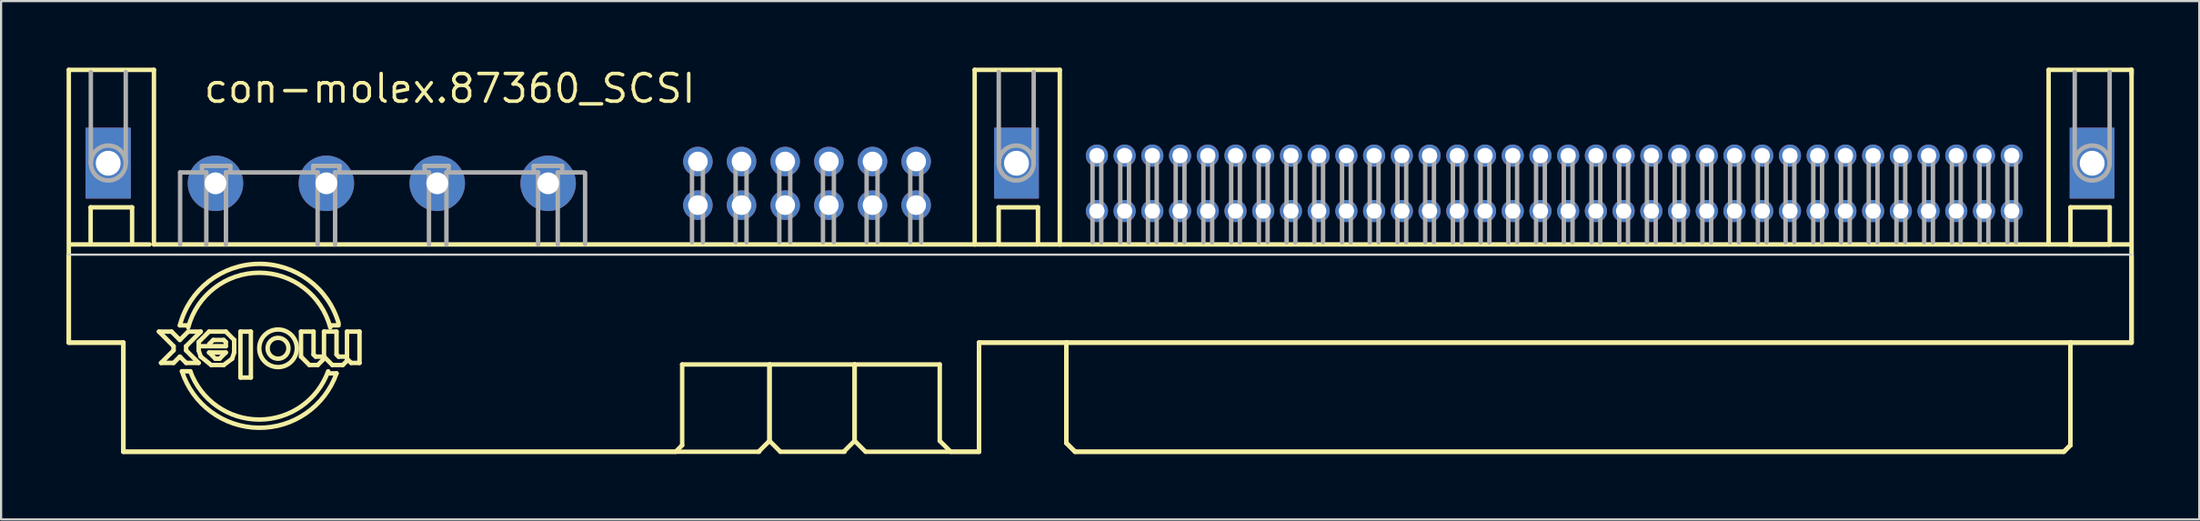
<source format=kicad_pcb>
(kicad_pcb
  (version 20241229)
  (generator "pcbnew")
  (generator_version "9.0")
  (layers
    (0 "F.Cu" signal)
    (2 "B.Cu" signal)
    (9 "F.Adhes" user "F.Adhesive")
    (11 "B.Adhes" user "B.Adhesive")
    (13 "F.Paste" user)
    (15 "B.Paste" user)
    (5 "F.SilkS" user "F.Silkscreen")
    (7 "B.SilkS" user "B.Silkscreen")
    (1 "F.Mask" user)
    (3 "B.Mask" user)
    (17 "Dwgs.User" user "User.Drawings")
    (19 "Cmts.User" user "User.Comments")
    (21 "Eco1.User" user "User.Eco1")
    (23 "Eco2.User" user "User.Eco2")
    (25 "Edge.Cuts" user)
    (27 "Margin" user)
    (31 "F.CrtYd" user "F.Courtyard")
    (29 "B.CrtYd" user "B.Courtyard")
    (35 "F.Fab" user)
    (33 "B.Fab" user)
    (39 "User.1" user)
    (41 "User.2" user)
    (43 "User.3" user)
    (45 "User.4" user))
  (footprint "con-molex.87360_SCSI"
    (layer "F.Cu")
    (at 47.202 5.35)
    (property "Reference" "con-molex.87360_SCSI" (at -41 -3.6 0) (layer "F.SilkS") (effects (font (size 1.27 1.27) (thickness 0.16)) (justify left bottom)))
    (attr through_hole)
    (fp_rect (start -46.31 0.675) (end -44.285 -2.525) (stroke (width 0.05) (type default)) (fill yes) (layer "F.Cu"))
    (fp_rect (start -4.685 0.675) (end -2.685 -2.525) (stroke (width 0.05) (type default)) (fill yes) (layer "F.Cu"))
    (fp_rect (start 44.59 0.675) (end 46.59 -2.525) (stroke (width 0.05) (type default)) (fill yes) (layer "F.Cu"))
    (fp_rect (start -46.31 0.675) (end -44.285 -2.525) (stroke (width 0.05) (type default)) (fill yes) (layer "B.Cu"))
    (fp_rect (start -4.685 0.675) (end -2.685 -2.525) (stroke (width 0.05) (type default)) (fill yes) (layer "B.Cu"))
    (fp_rect (start 44.59 0.675) (end 46.59 -2.525) (stroke (width 0.05) (type default)) (fill yes) (layer "B.Cu"))
    (fp_line (start -47.1 -5.2) (end -43.2 -5.2) (stroke (width 0.203) (type default)) (layer "F.SilkS"))
    (fp_line (start -47.1 7.3) (end -47.1 -5.2) (stroke (width 0.203) (type default)) (layer "F.SilkS"))
    (fp_line (start -47.1 7.3) (end -47.1 3.317) (stroke (width 0.203) (type default)) (layer "F.SilkS"))
    (fp_line (start -47 2.8) (end -43.4 2.8) (stroke (width 0.203) (type default)) (layer "F.SilkS"))
    (fp_line (start -46.1 1.1) (end -44.2 1.1) (stroke (width 0.203) (type default)) (layer "F.SilkS"))
    (fp_line (start -46.1 2.7) (end -46.1 1.1) (stroke (width 0.203) (type default)) (layer "F.SilkS"))
    (fp_line (start -44.6 7.3) (end -47.1 7.3) (stroke (width 0.203) (type default)) (layer "F.SilkS"))
    (fp_line (start -44.6 7.3) (end -47.1 7.3) (stroke (width 0.203) (type default)) (layer "F.SilkS"))
    (fp_line (start -44.6 12.3) (end -44.6 7.3) (stroke (width 0.203) (type default)) (layer "F.SilkS"))
    (fp_line (start -44.6 12.3) (end -44.6 7.3) (stroke (width 0.203) (type default)) (layer "F.SilkS"))
    (fp_line (start -44.2 1.1) (end -44.2 2.7) (stroke (width 0.203) (type default)) (layer "F.SilkS"))
    (fp_line (start -43.2 -5.2) (end -43.2 2.8) (stroke (width 0.203) (type default)) (layer "F.SilkS"))
    (fp_line (start -42.969 6.795) (end -42.395 6.795) (stroke (width 0.203) (type default)) (layer "F.SilkS"))
    (fp_line (start -42.874 8.23) (end -42.299 7.656) (stroke (width 0.203) (type default)) (layer "F.SilkS"))
    (fp_line (start -42.395 6.795) (end -42.012 7.178) (stroke (width 0.203) (type default)) (layer "F.SilkS"))
    (fp_line (start -42.299 7.465) (end -42.969 6.795) (stroke (width 0.203) (type default)) (layer "F.SilkS"))
    (fp_line (start -42.299 7.656) (end -42.299 7.465) (stroke (width 0.203) (type default)) (layer "F.SilkS"))
    (fp_line (start -42.299 8.23) (end -42.874 8.23) (stroke (width 0.203) (type default)) (layer "F.SilkS"))
    (fp_line (start -42.012 7.178) (end -41.63 6.795) (stroke (width 0.203) (type default)) (layer "F.SilkS"))
    (fp_line (start -42.012 7.943) (end -42.299 8.23) (stroke (width 0.203) (type default)) (layer "F.SilkS"))
    (fp_line (start -41.725 7.465) (end -41.725 7.656) (stroke (width 0.203) (type default)) (layer "F.SilkS"))
    (fp_line (start -41.725 7.656) (end -41.151 8.23) (stroke (width 0.203) (type default)) (layer "F.SilkS"))
    (fp_line (start -41.725 8.23) (end -42.012 7.943) (stroke (width 0.203) (type default)) (layer "F.SilkS"))
    (fp_line (start -41.63 6.508) (end -42.012 6.508) (stroke (width 0.203) (type default)) (layer "F.SilkS"))
    (fp_line (start -41.63 6.795) (end -41.055 6.795) (stroke (width 0.203) (type default)) (layer "F.SilkS"))
    (fp_line (start -41.534 8.613) (end -41.917 8.613) (stroke (width 0.203) (type default)) (layer "F.SilkS"))
    (fp_line (start -41.151 7.273) (end -41.151 7.656) (stroke (width 0.203) (type default)) (layer "F.SilkS"))
    (fp_line (start -41.151 7.656) (end -41.055 7.943) (stroke (width 0.203) (type default)) (layer "F.SilkS"))
    (fp_line (start -41.151 8.23) (end -41.725 8.23) (stroke (width 0.203) (type default)) (layer "F.SilkS"))
    (fp_line (start -41.055 6.795) (end -41.725 7.465) (stroke (width 0.203) (type default)) (layer "F.SilkS"))
    (fp_line (start -41.055 7.943) (end -40.577 8.326) (stroke (width 0.203) (type default)) (layer "F.SilkS"))
    (fp_line (start -40.673 6.795) (end -41.151 7.273) (stroke (width 0.203) (type default)) (layer "F.SilkS"))
    (fp_line (start -40.673 7.752) (end -40.385 8.039) (stroke (width 0.203) (type default)) (layer "F.SilkS"))
    (fp_line (start -40.577 8.326) (end -40.003 8.326) (stroke (width 0.203) (type default)) (layer "F.SilkS"))
    (fp_line (start -40.481 7.178) (end -40.673 7.369) (stroke (width 0.203) (type default)) (layer "F.SilkS"))
    (fp_line (start -40.385 8.039) (end -40.194 8.039) (stroke (width 0.203) (type default)) (layer "F.SilkS"))
    (fp_line (start -40.194 8.039) (end -39.907 7.752) (stroke (width 0.203) (type default)) (layer "F.SilkS"))
    (fp_line (start -40.003 7.178) (end -40.481 7.178) (stroke (width 0.203) (type default)) (layer "F.SilkS"))
    (fp_line (start -40.003 8.326) (end -39.62 8.039) (stroke (width 0.203) (type default)) (layer "F.SilkS"))
    (fp_line (start -39.907 6.795) (end -40.673 6.795) (stroke (width 0.203) (type default)) (layer "F.SilkS"))
    (fp_line (start -39.907 7.273) (end -40.003 7.178) (stroke (width 0.203) (type default)) (layer "F.SilkS"))
    (fp_line (start -39.907 7.465) (end -41.055 7.465) (stroke (width 0.203) (type default)) (layer "F.SilkS"))
    (fp_line (start -39.907 7.465) (end -39.907 7.273) (stroke (width 0.203) (type default)) (layer "F.SilkS"))
    (fp_line (start -39.907 7.752) (end -40.673 7.752) (stroke (width 0.203) (type default)) (layer "F.SilkS"))
    (fp_line (start -39.62 8.039) (end -39.524 7.752) (stroke (width 0.203) (type default)) (layer "F.SilkS"))
    (fp_line (start -39.524 7.178) (end -39.907 6.795) (stroke (width 0.203) (type default)) (layer "F.SilkS"))
    (fp_line (start -39.524 7.752) (end -39.524 7.178) (stroke (width 0.203) (type default)) (layer "F.SilkS"))
    (fp_line (start -39.237 6.795) (end -39.237 8.9) (stroke (width 0.203) (type default)) (layer "F.SilkS"))
    (fp_line (start -39.237 8.9) (end -38.759 8.9) (stroke (width 0.203) (type default)) (layer "F.SilkS"))
    (fp_line (start -38.759 6.795) (end -39.237 6.795) (stroke (width 0.203) (type default)) (layer "F.SilkS"))
    (fp_line (start -38.759 8.9) (end -38.759 6.795) (stroke (width 0.203) (type default)) (layer "F.SilkS"))
    (fp_line (start -36.462 6.795) (end -36.462 7.943) (stroke (width 0.203) (type default)) (layer "F.SilkS"))
    (fp_line (start -36.462 7.943) (end -36.079 8.326) (stroke (width 0.203) (type default)) (layer "F.SilkS"))
    (fp_line (start -36.079 8.326) (end -35.696 8.326) (stroke (width 0.203) (type default)) (layer "F.SilkS"))
    (fp_line (start -35.888 6.795) (end -36.462 6.795) (stroke (width 0.203) (type default)) (layer "F.SilkS"))
    (fp_line (start -35.888 7.847) (end -35.888 6.795) (stroke (width 0.203) (type default)) (layer "F.SilkS"))
    (fp_line (start -35.792 7.943) (end -35.888 7.847) (stroke (width 0.203) (type default)) (layer "F.SilkS"))
    (fp_line (start -35.696 8.326) (end -35.409 8.039) (stroke (width 0.203) (type default)) (layer "F.SilkS"))
    (fp_line (start -35.505 7.943) (end -35.792 7.943) (stroke (width 0.203) (type default)) (layer "F.SilkS"))
    (fp_line (start -35.409 6.795) (end -35.409 7.943) (stroke (width 0.203) (type default)) (layer "F.SilkS"))
    (fp_line (start -35.409 7.943) (end -35.026 8.326) (stroke (width 0.203) (type default)) (layer "F.SilkS"))
    (fp_line (start -35.218 8.709) (end -34.835 8.709) (stroke (width 0.203) (type default)) (layer "F.SilkS"))
    (fp_line (start -35.122 6.508) (end -34.739 6.508) (stroke (width 0.203) (type default)) (layer "F.SilkS"))
    (fp_line (start -35.026 8.326) (end -34.548 8.326) (stroke (width 0.203) (type default)) (layer "F.SilkS"))
    (fp_line (start -34.835 6.795) (end -35.409 6.795) (stroke (width 0.203) (type default)) (layer "F.SilkS"))
    (fp_line (start -34.835 7.847) (end -34.835 6.795) (stroke (width 0.203) (type default)) (layer "F.SilkS"))
    (fp_line (start -34.739 7.943) (end -34.835 7.847) (stroke (width 0.203) (type default)) (layer "F.SilkS"))
    (fp_line (start -34.548 8.326) (end -34.356 8.135) (stroke (width 0.203) (type default)) (layer "F.SilkS"))
    (fp_line (start -34.452 7.943) (end -34.739 7.943) (stroke (width 0.203) (type default)) (layer "F.SilkS"))
    (fp_line (start -34.356 6.795) (end -34.356 8.039) (stroke (width 0.203) (type default)) (layer "F.SilkS"))
    (fp_line (start -34.356 8.039) (end -34.165 8.23) (stroke (width 0.203) (type default)) (layer "F.SilkS"))
    (fp_line (start -34.165 8.23) (end -33.782 8.23) (stroke (width 0.203) (type default)) (layer "F.SilkS"))
    (fp_line (start -33.782 6.795) (end -34.356 6.795) (stroke (width 0.203) (type default)) (layer "F.SilkS"))
    (fp_line (start -33.782 8.23) (end -33.782 6.795) (stroke (width 0.203) (type default)) (layer "F.SilkS"))
    (fp_line (start -19.3 12.3) (end -44.6 12.3) (stroke (width 0.203) (type default)) (layer "F.SilkS"))
    (fp_line (start -19 8.3) (end -19 12) (stroke (width 0.203) (type default)) (layer "F.SilkS"))
    (fp_line (start -19 12) (end -19.3 12.3) (stroke (width 0.203) (type default)) (layer "F.SilkS"))
    (fp_line (start -15.5 12.3) (end -44.6 12.3) (stroke (width 0.203) (type default)) (layer "F.SilkS"))
    (fp_line (start -15.5 12.3) (end -15.472 12.3) (stroke (width 0.203) (type default)) (layer "F.SilkS"))
    (fp_line (start -15 8.3) (end -19 8.3) (stroke (width 0.203) (type default)) (layer "F.SilkS"))
    (fp_line (start -15 11.8) (end -15.5 12.3) (stroke (width 0.203) (type default)) (layer "F.SilkS"))
    (fp_line (start -15 11.8) (end -15 8.3) (stroke (width 0.203) (type default)) (layer "F.SilkS"))
    (fp_line (start -15 11.8) (end -15 8.3) (stroke (width 0.203) (type default)) (layer "F.SilkS"))
    (fp_line (start -14.5 12.3) (end -15 11.8) (stroke (width 0.203) (type default)) (layer "F.SilkS"))
    (fp_line (start -11.557 12.3) (end -14.5 12.3) (stroke (width 0.203) (type default)) (layer "F.SilkS"))
    (fp_line (start -11.172 8.3) (end -14.951 8.3) (stroke (width 0.203) (type default)) (layer "F.SilkS"))
    (fp_line (start -11.1 8.3) (end -11.1 11.8) (stroke (width 0.203) (type default)) (layer "F.SilkS"))
    (fp_line (start -11.1 8.3) (end -11.1 11.8) (stroke (width 0.203) (type default)) (layer "F.SilkS"))
    (fp_line (start -11.1 11.8) (end -11.6 12.3) (stroke (width 0.203) (type default)) (layer "F.SilkS"))
    (fp_line (start -11.1 11.8) (end -10.6 12.3) (stroke (width 0.203) (type default)) (layer "F.SilkS"))
    (fp_line (start -10.588 12.3) (end -5.4 12.3) (stroke (width 0.203) (type default)) (layer "F.SilkS"))
    (fp_line (start -7.2 8.3) (end -11.1 8.3) (stroke (width 0.203) (type default)) (layer "F.SilkS"))
    (fp_line (start -7.2 11.8) (end -7.2 8.3) (stroke (width 0.203) (type default)) (layer "F.SilkS"))
    (fp_line (start -6.7 12.3) (end -7.2 11.8) (stroke (width 0.203) (type default)) (layer "F.SilkS"))
    (fp_line (start -5.6 -5.2) (end -1.7 -5.2) (stroke (width 0.203) (type default)) (layer "F.SilkS"))
    (fp_line (start -5.6 2.8) (end -43.2 2.8) (stroke (width 0.203) (type default)) (layer "F.SilkS"))
    (fp_line (start -5.6 2.8) (end -5.6 -5.2) (stroke (width 0.203) (type default)) (layer "F.SilkS"))
    (fp_line (start -5.4 7.3) (end -5.4 12.3) (stroke (width 0.203) (type default)) (layer "F.SilkS"))
    (fp_line (start -5.4 7.3) (end -5.4 12.3) (stroke (width 0.203) (type default)) (layer "F.SilkS"))
    (fp_line (start -5.4 12.3) (end -6.7 12.3) (stroke (width 0.203) (type default)) (layer "F.SilkS"))
    (fp_line (start -4.6 2.8) (end -5.6 2.8) (stroke (width 0.203) (type default)) (layer "F.SilkS"))
    (fp_line (start -4.5 1.1) (end -2.7 1.1) (stroke (width 0.203) (type default)) (layer "F.SilkS"))
    (fp_line (start -4.5 2.8) (end -4.5 1.1) (stroke (width 0.203) (type default)) (layer "F.SilkS"))
    (fp_line (start -2.7 1.1) (end -2.7 2.8) (stroke (width 0.203) (type default)) (layer "F.SilkS"))
    (fp_line (start -2.7 2.8) (end -4.5 2.8) (stroke (width 0.203) (type default)) (layer "F.SilkS"))
    (fp_line (start -1.7 -5.2) (end -1.7 2.8) (stroke (width 0.203) (type default)) (layer "F.SilkS"))
    (fp_line (start -1.7 2.8) (end -2.6 2.8) (stroke (width 0.203) (type default)) (layer "F.SilkS"))
    (fp_line (start -1.4 7.3) (end -5.4 7.3) (stroke (width 0.203) (type default)) (layer "F.SilkS"))
    (fp_line (start -1.4 7.3) (end -5.4 7.3) (stroke (width 0.203) (type default)) (layer "F.SilkS"))
    (fp_line (start -1.4 7.3) (end -1.4 11.9) (stroke (width 0.203) (type default)) (layer "F.SilkS"))
    (fp_line (start -1.4 7.3) (end -1.4 11.9) (stroke (width 0.203) (type default)) (layer "F.SilkS"))
    (fp_line (start -1.4 11.9) (end -1 12.3) (stroke (width 0.203) (type default)) (layer "F.SilkS"))
    (fp_line (start -1.4 11.9) (end -1 12.3) (stroke (width 0.203) (type default)) (layer "F.SilkS"))
    (fp_line (start -1 12.3) (end 44.3 12.3) (stroke (width 0.203) (type default)) (layer "F.SilkS"))
    (fp_line (start -1 12.3) (end 44.3 12.3) (stroke (width 0.203) (type default)) (layer "F.SilkS"))
    (fp_line (start 43.6 -5.2) (end 43.6 2.8) (stroke (width 0.203) (type default)) (layer "F.SilkS"))
    (fp_line (start 43.6 2.8) (end -1.7 2.8) (stroke (width 0.203) (type default)) (layer "F.SilkS"))
    (fp_line (start 44.6 1.1) (end 46.4 1.1) (stroke (width 0.203) (type default)) (layer "F.SilkS"))
    (fp_line (start 44.6 2.8) (end 44.6 1.1) (stroke (width 0.203) (type default)) (layer "F.SilkS"))
    (fp_line (start 44.6 7.3) (end -1.4 7.3) (stroke (width 0.203) (type default)) (layer "F.SilkS"))
    (fp_line (start 44.6 7.3) (end -1.4 7.3) (stroke (width 0.203) (type default)) (layer "F.SilkS"))
    (fp_line (start 44.6 7.3) (end 44.6 12) (stroke (width 0.203) (type default)) (layer "F.SilkS"))
    (fp_line (start 44.6 7.3) (end 44.6 12) (stroke (width 0.203) (type default)) (layer "F.SilkS"))
    (fp_line (start 44.6 12) (end 44.3 12.3) (stroke (width 0.203) (type default)) (layer "F.SilkS"))
    (fp_line (start 44.6 12) (end 44.3 12.3) (stroke (width 0.203) (type default)) (layer "F.SilkS"))
    (fp_line (start 46.4 1.1) (end 46.4 2.8) (stroke (width 0.203) (type default)) (layer "F.SilkS"))
    (fp_line (start 46.4 2.8) (end 44.6 2.8) (stroke (width 0.203) (type default)) (layer "F.SilkS"))
    (fp_line (start 47.332 2.8) (end 43.662 2.8) (stroke (width 0.203) (type default)) (layer "F.SilkS"))
    (fp_line (start 47.4 -5.2) (end 43.6 -5.2) (stroke (width 0.203) (type default)) (layer "F.SilkS"))
    (fp_line (start 47.4 -5) (end 47.4 -5.2) (stroke (width 0.203) (type default)) (layer "F.SilkS"))
    (fp_line (start 47.4 7.3) (end 44.6 7.3) (stroke (width 0.203) (type default)) (layer "F.SilkS"))
    (fp_line (start 47.4 7.3) (end 44.6 7.3) (stroke (width 0.203) (type default)) (layer "F.SilkS"))
    (fp_line (start 47.4 7.3) (end 47.4 -5.2) (stroke (width 0.203) (type default)) (layer "F.SilkS"))
    (fp_line (start 47.4 7.3) (end 47.4 3.317) (stroke (width 0.203) (type default)) (layer "F.SilkS"))
    (fp_arc (start -42.012 6.508) (mid -38.411821 3.692125) (end -34.7388 6.4123) (stroke (width 0.2032) (type default)) (layer "F.SilkS"))
    (fp_arc (start -41.6295 6.6033) (mid -38.3757 4.098734) (end -35.1219 6.6033) (stroke (width 0.2032) (type default)) (layer "F.SilkS"))
    (fp_arc (start -35.2178 8.613) (mid -38.3759 10.825019) (end -41.534 8.613) (stroke (width 0.2032) (type default)) (layer "F.SilkS"))
    (fp_arc (start -34.8352 8.7087) (mid -38.410441 11.202111) (end -41.917 8.613) (stroke (width 0.2032) (type default)) (layer "F.SilkS"))
    (fp_circle (center -37.514 7.56) (end -37.036 7.56) (stroke (width 0.203) (type default)) (fill no) (layer "F.SilkS"))
    (fp_circle (center -37.514 7.56) (end -36.653 7.56) (stroke (width 0.203) (type default)) (fill no) (layer "F.SilkS"))
    (fp_line (start -47.124 3.27) (end 47.404 3.27) (stroke (width 0.1) (type default)) (layer "Edge.Cuts"))
    (fp_line (start -46.091 -5.1) (end -46.091 -0.93) (stroke (width 0.203) (type default)) (layer "F.Fab"))
    (fp_line (start -44.491 -5.1) (end -44.491 -0.93) (stroke (width 0.203) (type default)) (layer "F.Fab"))
    (fp_line (start -42 -0.5) (end -40.8 -0.5) (stroke (width 0.203) (type default)) (layer "F.Fab"))
    (fp_line (start -42 2.8) (end -42 -0.5) (stroke (width 0.203) (type default)) (layer "F.Fab"))
    (fp_line (start -41 -0.8) (end -39.7 -0.8) (stroke (width 0.203) (type default)) (layer "F.Fab"))
    (fp_line (start -41 -0.6) (end -41 -0.8) (stroke (width 0.203) (type default)) (layer "F.Fab"))
    (fp_line (start -40.8 -0.5) (end -40.8 2.8) (stroke (width 0.203) (type default)) (layer "F.Fab"))
    (fp_line (start -39.9 -0.5) (end -35.7 -0.5) (stroke (width 0.203) (type default)) (layer "F.Fab"))
    (fp_line (start -39.9 2.8) (end -39.9 -0.5) (stroke (width 0.203) (type default)) (layer "F.Fab"))
    (fp_line (start -39.7 -0.8) (end -39.7 -0.6) (stroke (width 0.203) (type default)) (layer "F.Fab"))
    (fp_line (start -35.9 -0.8) (end -34.7 -0.8) (stroke (width 0.203) (type default)) (layer "F.Fab"))
    (fp_line (start -35.9 -0.6) (end -35.9 -0.8) (stroke (width 0.203) (type default)) (layer "F.Fab"))
    (fp_line (start -35.7 -0.5) (end -35.7 2.8) (stroke (width 0.203) (type default)) (layer "F.Fab"))
    (fp_line (start -34.9 -0.5) (end -30.6 -0.5) (stroke (width 0.203) (type default)) (layer "F.Fab"))
    (fp_line (start -34.9 2.8) (end -34.9 -0.5) (stroke (width 0.203) (type default)) (layer "F.Fab"))
    (fp_line (start -34.7 -0.8) (end -34.7 -0.6) (stroke (width 0.203) (type default)) (layer "F.Fab"))
    (fp_line (start -30.8 -0.8) (end -29.7 -0.8) (stroke (width 0.203) (type default)) (layer "F.Fab"))
    (fp_line (start -30.8 -0.6) (end -30.8 -0.8) (stroke (width 0.203) (type default)) (layer "F.Fab"))
    (fp_line (start -30.6 -0.5) (end -30.6 2.8) (stroke (width 0.203) (type default)) (layer "F.Fab"))
    (fp_line (start -29.8 -0.5) (end -25.6 -0.5) (stroke (width 0.203) (type default)) (layer "F.Fab"))
    (fp_line (start -29.8 2.8) (end -29.8 -0.5) (stroke (width 0.203) (type default)) (layer "F.Fab"))
    (fp_line (start -29.7 -0.8) (end -29.7 -0.6) (stroke (width 0.203) (type default)) (layer "F.Fab"))
    (fp_line (start -25.8 -0.8) (end -24.5 -0.8) (stroke (width 0.203) (type default)) (layer "F.Fab"))
    (fp_line (start -25.8 -0.6) (end -25.8 -0.8) (stroke (width 0.203) (type default)) (layer "F.Fab"))
    (fp_line (start -25.6 -0.5) (end -25.6 2.8) (stroke (width 0.203) (type default)) (layer "F.Fab"))
    (fp_line (start -24.7 -0.5) (end -23.5 -0.5) (stroke (width 0.203) (type default)) (layer "F.Fab"))
    (fp_line (start -24.7 2.8) (end -24.7 -0.5) (stroke (width 0.203) (type default)) (layer "F.Fab"))
    (fp_line (start -24.5 -0.8) (end -24.5 -0.6) (stroke (width 0.203) (type default)) (layer "F.Fab"))
    (fp_line (start -23.447 -0.479) (end -23.447 2.775) (stroke (width 0.203) (type default)) (layer "F.Fab"))
    (fp_line (start -18.55 -1.2) (end -18.05 -1.2) (stroke (width 0.203) (type default)) (layer "F.Fab"))
    (fp_line (start -18.55 2.7) (end -18.55 -1.2) (stroke (width 0.203) (type default)) (layer "F.Fab"))
    (fp_line (start -18.05 -1.2) (end -18.05 2.7) (stroke (width 0.203) (type default)) (layer "F.Fab"))
    (fp_line (start -16.55 -1.2) (end -16.05 -1.2) (stroke (width 0.203) (type default)) (layer "F.Fab"))
    (fp_line (start -16.55 2.7) (end -16.55 -1.2) (stroke (width 0.203) (type default)) (layer "F.Fab"))
    (fp_line (start -16.05 -1.2) (end -16.05 2.7) (stroke (width 0.203) (type default)) (layer "F.Fab"))
    (fp_line (start -14.55 -1.2) (end -14.05 -1.2) (stroke (width 0.203) (type default)) (layer "F.Fab"))
    (fp_line (start -14.55 2.7) (end -14.55 -1.2) (stroke (width 0.203) (type default)) (layer "F.Fab"))
    (fp_line (start -14.05 -1.2) (end -14.05 2.7) (stroke (width 0.203) (type default)) (layer "F.Fab"))
    (fp_line (start -12.55 -1.2) (end -12.05 -1.2) (stroke (width 0.203) (type default)) (layer "F.Fab"))
    (fp_line (start -12.55 2.7) (end -12.55 -1.2) (stroke (width 0.203) (type default)) (layer "F.Fab"))
    (fp_line (start -12.05 -1.2) (end -12.05 2.7) (stroke (width 0.203) (type default)) (layer "F.Fab"))
    (fp_line (start -10.55 -1.2) (end -10.05 -1.2) (stroke (width 0.203) (type default)) (layer "F.Fab"))
    (fp_line (start -10.55 2.7) (end -10.55 -1.2) (stroke (width 0.203) (type default)) (layer "F.Fab"))
    (fp_line (start -10.05 -1.2) (end -10.05 2.7) (stroke (width 0.203) (type default)) (layer "F.Fab"))
    (fp_line (start -8.55 -1.2) (end -8.05 -1.2) (stroke (width 0.203) (type default)) (layer "F.Fab"))
    (fp_line (start -8.55 2.7) (end -8.55 -1.2) (stroke (width 0.203) (type default)) (layer "F.Fab"))
    (fp_line (start -8.05 -1.2) (end -8.05 2.7) (stroke (width 0.203) (type default)) (layer "F.Fab"))
    (fp_line (start -4.496 -0.93) (end -4.496 -5.1) (stroke (width 0.203) (type default)) (layer "F.Fab"))
    (fp_line (start -2.896 -0.93) (end -2.896 -5.1) (stroke (width 0.203) (type default)) (layer "F.Fab"))
    (fp_line (start -0.2 -1.438) (end 0.2 -1.438) (stroke (width 0.203) (type default)) (layer "F.Fab"))
    (fp_line (start -0.2 2.7) (end -0.2 -1.438) (stroke (width 0.203) (type default)) (layer "F.Fab"))
    (fp_line (start 0.2 -1.438) (end 0.2 2.7) (stroke (width 0.203) (type default)) (layer "F.Fab"))
    (fp_line (start 1.07 -1.438) (end 1.47 -1.438) (stroke (width 0.203) (type default)) (layer "F.Fab"))
    (fp_line (start 1.07 2.7) (end 1.07 -1.438) (stroke (width 0.203) (type default)) (layer "F.Fab"))
    (fp_line (start 1.47 -1.438) (end 1.47 2.7) (stroke (width 0.203) (type default)) (layer "F.Fab"))
    (fp_line (start 2.34 -1.438) (end 2.74 -1.438) (stroke (width 0.203) (type default)) (layer "F.Fab"))
    (fp_line (start 2.34 2.7) (end 2.34 -1.438) (stroke (width 0.203) (type default)) (layer "F.Fab"))
    (fp_line (start 2.74 -1.438) (end 2.74 2.7) (stroke (width 0.203) (type default)) (layer "F.Fab"))
    (fp_line (start 3.61 -1.438) (end 4.01 -1.438) (stroke (width 0.203) (type default)) (layer "F.Fab"))
    (fp_line (start 3.61 2.7) (end 3.61 -1.438) (stroke (width 0.203) (type default)) (layer "F.Fab"))
    (fp_line (start 4.01 -1.438) (end 4.01 2.7) (stroke (width 0.203) (type default)) (layer "F.Fab"))
    (fp_line (start 4.88 -1.438) (end 5.28 -1.438) (stroke (width 0.203) (type default)) (layer "F.Fab"))
    (fp_line (start 4.88 2.7) (end 4.88 -1.438) (stroke (width 0.203) (type default)) (layer "F.Fab"))
    (fp_line (start 5.28 -1.438) (end 5.28 2.7) (stroke (width 0.203) (type default)) (layer "F.Fab"))
    (fp_line (start 6.15 -1.438) (end 6.55 -1.438) (stroke (width 0.203) (type default)) (layer "F.Fab"))
    (fp_line (start 6.15 2.7) (end 6.15 -1.438) (stroke (width 0.203) (type default)) (layer "F.Fab"))
    (fp_line (start 6.55 -1.438) (end 6.55 2.7) (stroke (width 0.203) (type default)) (layer "F.Fab"))
    (fp_line (start 7.42 -1.438) (end 7.82 -1.438) (stroke (width 0.203) (type default)) (layer "F.Fab"))
    (fp_line (start 7.42 2.7) (end 7.42 -1.438) (stroke (width 0.203) (type default)) (layer "F.Fab"))
    (fp_line (start 7.82 -1.438) (end 7.82 2.7) (stroke (width 0.203) (type default)) (layer "F.Fab"))
    (fp_line (start 8.69 -1.438) (end 9.09 -1.438) (stroke (width 0.203) (type default)) (layer "F.Fab"))
    (fp_line (start 8.69 2.7) (end 8.69 -1.438) (stroke (width 0.203) (type default)) (layer "F.Fab"))
    (fp_line (start 9.09 -1.438) (end 9.09 2.7) (stroke (width 0.203) (type default)) (layer "F.Fab"))
    (fp_line (start 9.96 -1.438) (end 10.36 -1.438) (stroke (width 0.203) (type default)) (layer "F.Fab"))
    (fp_line (start 9.96 2.7) (end 9.96 -1.438) (stroke (width 0.203) (type default)) (layer "F.Fab"))
    (fp_line (start 10.36 -1.438) (end 10.36 2.7) (stroke (width 0.203) (type default)) (layer "F.Fab"))
    (fp_line (start 11.23 -1.438) (end 11.63 -1.438) (stroke (width 0.203) (type default)) (layer "F.Fab"))
    (fp_line (start 11.23 2.7) (end 11.23 -1.438) (stroke (width 0.203) (type default)) (layer "F.Fab"))
    (fp_line (start 11.63 -1.438) (end 11.63 2.7) (stroke (width 0.203) (type default)) (layer "F.Fab"))
    (fp_line (start 12.5 -1.438) (end 12.9 -1.438) (stroke (width 0.203) (type default)) (layer "F.Fab"))
    (fp_line (start 12.5 2.7) (end 12.5 -1.438) (stroke (width 0.203) (type default)) (layer "F.Fab"))
    (fp_line (start 12.9 -1.438) (end 12.9 2.7) (stroke (width 0.203) (type default)) (layer "F.Fab"))
    (fp_line (start 13.77 -1.438) (end 14.17 -1.438) (stroke (width 0.203) (type default)) (layer "F.Fab"))
    (fp_line (start 13.77 2.7) (end 13.77 -1.438) (stroke (width 0.203) (type default)) (layer "F.Fab"))
    (fp_line (start 14.17 -1.438) (end 14.17 2.7) (stroke (width 0.203) (type default)) (layer "F.Fab"))
    (fp_line (start 15.04 -1.438) (end 15.44 -1.438) (stroke (width 0.203) (type default)) (layer "F.Fab"))
    (fp_line (start 15.04 2.7) (end 15.04 -1.438) (stroke (width 0.203) (type default)) (layer "F.Fab"))
    (fp_line (start 15.44 -1.438) (end 15.44 2.7) (stroke (width 0.203) (type default)) (layer "F.Fab"))
    (fp_line (start 16.31 -1.438) (end 16.71 -1.438) (stroke (width 0.203) (type default)) (layer "F.Fab"))
    (fp_line (start 16.31 2.7) (end 16.31 -1.438) (stroke (width 0.203) (type default)) (layer "F.Fab"))
    (fp_line (start 16.71 -1.438) (end 16.71 2.7) (stroke (width 0.203) (type default)) (layer "F.Fab"))
    (fp_line (start 17.58 -1.438) (end 17.98 -1.438) (stroke (width 0.203) (type default)) (layer "F.Fab"))
    (fp_line (start 17.58 2.7) (end 17.58 -1.438) (stroke (width 0.203) (type default)) (layer "F.Fab"))
    (fp_line (start 17.98 -1.438) (end 17.98 2.7) (stroke (width 0.203) (type default)) (layer "F.Fab"))
    (fp_line (start 18.85 -1.438) (end 19.25 -1.438) (stroke (width 0.203) (type default)) (layer "F.Fab"))
    (fp_line (start 18.85 2.7) (end 18.85 -1.438) (stroke (width 0.203) (type default)) (layer "F.Fab"))
    (fp_line (start 19.25 -1.438) (end 19.25 2.7) (stroke (width 0.203) (type default)) (layer "F.Fab"))
    (fp_line (start 20.12 -1.438) (end 20.52 -1.438) (stroke (width 0.203) (type default)) (layer "F.Fab"))
    (fp_line (start 20.12 2.7) (end 20.12 -1.438) (stroke (width 0.203) (type default)) (layer "F.Fab"))
    (fp_line (start 20.52 -1.438) (end 20.52 2.7) (stroke (width 0.203) (type default)) (layer "F.Fab"))
    (fp_line (start 21.39 -1.438) (end 21.79 -1.438) (stroke (width 0.203) (type default)) (layer "F.Fab"))
    (fp_line (start 21.39 2.7) (end 21.39 -1.438) (stroke (width 0.203) (type default)) (layer "F.Fab"))
    (fp_line (start 21.79 -1.438) (end 21.79 2.7) (stroke (width 0.203) (type default)) (layer "F.Fab"))
    (fp_line (start 22.66 -1.438) (end 23.06 -1.438) (stroke (width 0.203) (type default)) (layer "F.Fab"))
    (fp_line (start 22.66 2.7) (end 22.66 -1.438) (stroke (width 0.203) (type default)) (layer "F.Fab"))
    (fp_line (start 23.06 -1.438) (end 23.06 2.7) (stroke (width 0.203) (type default)) (layer "F.Fab"))
    (fp_line (start 23.93 -1.438) (end 24.33 -1.438) (stroke (width 0.203) (type default)) (layer "F.Fab"))
    (fp_line (start 23.93 2.7) (end 23.93 -1.438) (stroke (width 0.203) (type default)) (layer "F.Fab"))
    (fp_line (start 24.33 -1.438) (end 24.33 2.7) (stroke (width 0.203) (type default)) (layer "F.Fab"))
    (fp_line (start 25.2 -1.438) (end 25.6 -1.438) (stroke (width 0.203) (type default)) (layer "F.Fab"))
    (fp_line (start 25.2 2.7) (end 25.2 -1.438) (stroke (width 0.203) (type default)) (layer "F.Fab"))
    (fp_line (start 25.6 -1.438) (end 25.6 2.7) (stroke (width 0.203) (type default)) (layer "F.Fab"))
    (fp_line (start 26.47 -1.438) (end 26.87 -1.438) (stroke (width 0.203) (type default)) (layer "F.Fab"))
    (fp_line (start 26.47 2.7) (end 26.47 -1.438) (stroke (width 0.203) (type default)) (layer "F.Fab"))
    (fp_line (start 26.87 -1.438) (end 26.87 2.7) (stroke (width 0.203) (type default)) (layer "F.Fab"))
    (fp_line (start 27.74 -1.438) (end 28.14 -1.438) (stroke (width 0.203) (type default)) (layer "F.Fab"))
    (fp_line (start 27.74 2.7) (end 27.74 -1.438) (stroke (width 0.203) (type default)) (layer "F.Fab"))
    (fp_line (start 28.14 -1.438) (end 28.14 2.7) (stroke (width 0.203) (type default)) (layer "F.Fab"))
    (fp_line (start 29.01 -1.438) (end 29.41 -1.438) (stroke (width 0.203) (type default)) (layer "F.Fab"))
    (fp_line (start 29.01 2.7) (end 29.01 -1.438) (stroke (width 0.203) (type default)) (layer "F.Fab"))
    (fp_line (start 29.41 -1.438) (end 29.41 2.7) (stroke (width 0.203) (type default)) (layer "F.Fab"))
    (fp_line (start 30.28 -1.438) (end 30.68 -1.438) (stroke (width 0.203) (type default)) (layer "F.Fab"))
    (fp_line (start 30.28 2.7) (end 30.28 -1.438) (stroke (width 0.203) (type default)) (layer "F.Fab"))
    (fp_line (start 30.68 -1.438) (end 30.68 2.7) (stroke (width 0.203) (type default)) (layer "F.Fab"))
    (fp_line (start 31.55 -1.438) (end 31.95 -1.438) (stroke (width 0.203) (type default)) (layer "F.Fab"))
    (fp_line (start 31.55 2.7) (end 31.55 -1.438) (stroke (width 0.203) (type default)) (layer "F.Fab"))
    (fp_line (start 31.95 -1.438) (end 31.95 2.7) (stroke (width 0.203) (type default)) (layer "F.Fab"))
    (fp_line (start 32.82 -1.438) (end 33.22 -1.438) (stroke (width 0.203) (type default)) (layer "F.Fab"))
    (fp_line (start 32.82 2.7) (end 32.82 -1.438) (stroke (width 0.203) (type default)) (layer "F.Fab"))
    (fp_line (start 33.22 -1.438) (end 33.22 2.7) (stroke (width 0.203) (type default)) (layer "F.Fab"))
    (fp_line (start 34.09 -1.438) (end 34.49 -1.438) (stroke (width 0.203) (type default)) (layer "F.Fab"))
    (fp_line (start 34.09 2.7) (end 34.09 -1.438) (stroke (width 0.203) (type default)) (layer "F.Fab"))
    (fp_line (start 34.49 -1.438) (end 34.49 2.7) (stroke (width 0.203) (type default)) (layer "F.Fab"))
    (fp_line (start 35.36 -1.438) (end 35.76 -1.438) (stroke (width 0.203) (type default)) (layer "F.Fab"))
    (fp_line (start 35.36 2.7) (end 35.36 -1.438) (stroke (width 0.203) (type default)) (layer "F.Fab"))
    (fp_line (start 35.76 -1.438) (end 35.76 2.7) (stroke (width 0.203) (type default)) (layer "F.Fab"))
    (fp_line (start 36.63 -1.438) (end 37.03 -1.438) (stroke (width 0.203) (type default)) (layer "F.Fab"))
    (fp_line (start 36.63 2.7) (end 36.63 -1.438) (stroke (width 0.203) (type default)) (layer "F.Fab"))
    (fp_line (start 37.03 -1.438) (end 37.03 2.7) (stroke (width 0.203) (type default)) (layer "F.Fab"))
    (fp_line (start 37.9 -1.438) (end 38.3 -1.438) (stroke (width 0.203) (type default)) (layer "F.Fab"))
    (fp_line (start 37.9 2.7) (end 37.9 -1.438) (stroke (width 0.203) (type default)) (layer "F.Fab"))
    (fp_line (start 38.3 -1.438) (end 38.3 2.7) (stroke (width 0.203) (type default)) (layer "F.Fab"))
    (fp_line (start 39.17 -1.438) (end 39.57 -1.438) (stroke (width 0.203) (type default)) (layer "F.Fab"))
    (fp_line (start 39.17 2.7) (end 39.17 -1.438) (stroke (width 0.203) (type default)) (layer "F.Fab"))
    (fp_line (start 39.57 -1.438) (end 39.57 2.7) (stroke (width 0.203) (type default)) (layer "F.Fab"))
    (fp_line (start 40.44 -1.438) (end 40.84 -1.438) (stroke (width 0.203) (type default)) (layer "F.Fab"))
    (fp_line (start 40.44 2.7) (end 40.44 -1.438) (stroke (width 0.203) (type default)) (layer "F.Fab"))
    (fp_line (start 40.84 -1.438) (end 40.84 2.7) (stroke (width 0.203) (type default)) (layer "F.Fab"))
    (fp_line (start 41.71 -1.438) (end 42.11 -1.438) (stroke (width 0.203) (type default)) (layer "F.Fab"))
    (fp_line (start 41.71 2.7) (end 41.71 -1.438) (stroke (width 0.203) (type default)) (layer "F.Fab"))
    (fp_line (start 42.11 -1.438) (end 42.11 2.7) (stroke (width 0.203) (type default)) (layer "F.Fab"))
    (fp_line (start 44.796 -0.93) (end 44.796 -5.1) (stroke (width 0.203) (type default)) (layer "F.Fab"))
    (fp_line (start 46.396 -0.93) (end 46.396 -5.1) (stroke (width 0.203) (type default)) (layer "F.Fab"))
    (fp_circle (center -45.291 -0.93) (end -44.491 -0.93) (stroke (width 0.203) (type default)) (fill no) (layer "F.Fab"))
    (fp_circle (center -3.696 -0.93) (end -2.896 -0.93) (stroke (width 0.203) (type default)) (fill no) (layer "F.Fab"))
    (fp_circle (center 45.596 -0.93) (end 46.396 -0.93) (stroke (width 0.203) (type default)) (fill no) (layer "F.Fab"))
    (pad "" np_thru_hole circle (at -45.295 -0.92) (size 1.14 1.14) (drill 1.14) (layers "*.Cu" "*.Mask"))
    (pad "" np_thru_hole circle (at -3.685 -0.92) (size 1.14 1.14) (drill 1.14) (layers "*.Cu" "*.Mask"))
    (pad "" np_thru_hole circle (at 45.595 -0.92) (size 1.14 1.14) (drill 1.14) (layers "*.Cu" "*.Mask"))
    (pad "1" thru_hole circle (at 0 -1.27) (size 1.016 1.016) (drill 0.7) (layers "*.Cu" "*.Mask"))
    (pad "2" thru_hole circle (at 1.27 -1.27) (size 1.016 1.016) (drill 0.7) (layers "*.Cu" "*.Mask"))
    (pad "3" thru_hole circle (at 2.54 -1.27) (size 1.016 1.016) (drill 0.7) (layers "*.Cu" "*.Mask"))
    (pad "4" thru_hole circle (at 3.81 -1.27) (size 1.016 1.016) (drill 0.7) (layers "*.Cu" "*.Mask"))
    (pad "5" thru_hole circle (at 5.08 -1.27) (size 1.016 1.016) (drill 0.7) (layers "*.Cu" "*.Mask"))
    (pad "6" thru_hole circle (at 6.35 -1.27) (size 1.016 1.016) (drill 0.7) (layers "*.Cu" "*.Mask"))
    (pad "7" thru_hole circle (at 7.62 -1.27) (size 1.016 1.016) (drill 0.7) (layers "*.Cu" "*.Mask"))
    (pad "8" thru_hole circle (at 8.89 -1.27) (size 1.016 1.016) (drill 0.7) (layers "*.Cu" "*.Mask"))
    (pad "9" thru_hole circle (at 10.16 -1.27) (size 1.016 1.016) (drill 0.7) (layers "*.Cu" "*.Mask"))
    (pad "10" thru_hole circle (at 11.43 -1.27) (size 1.016 1.016) (drill 0.7) (layers "*.Cu" "*.Mask"))
    (pad "11" thru_hole circle (at 12.7 -1.27) (size 1.016 1.016) (drill 0.7) (layers "*.Cu" "*.Mask"))
    (pad "12" thru_hole circle (at 13.97 -1.27) (size 1.016 1.016) (drill 0.7) (layers "*.Cu" "*.Mask"))
    (pad "13" thru_hole circle (at 15.24 -1.27) (size 1.016 1.016) (drill 0.7) (layers "*.Cu" "*.Mask"))
    (pad "14" thru_hole circle (at 16.51 -1.27) (size 1.016 1.016) (drill 0.7) (layers "*.Cu" "*.Mask"))
    (pad "15" thru_hole circle (at 17.78 -1.27) (size 1.016 1.016) (drill 0.7) (layers "*.Cu" "*.Mask"))
    (pad "16" thru_hole circle (at 19.05 -1.27) (size 1.016 1.016) (drill 0.7) (layers "*.Cu" "*.Mask"))
    (pad "17" thru_hole circle (at 20.32 -1.27) (size 1.016 1.016) (drill 0.7) (layers "*.Cu" "*.Mask"))
    (pad "18" thru_hole circle (at 21.59 -1.27) (size 1.016 1.016) (drill 0.7) (layers "*.Cu" "*.Mask"))
    (pad "19" thru_hole circle (at 22.86 -1.27) (size 1.016 1.016) (drill 0.7) (layers "*.Cu" "*.Mask"))
    (pad "20" thru_hole circle (at 24.13 -1.27) (size 1.016 1.016) (drill 0.7) (layers "*.Cu" "*.Mask"))
    (pad "21" thru_hole circle (at 25.4 -1.27) (size 1.016 1.016) (drill 0.7) (layers "*.Cu" "*.Mask"))
    (pad "22" thru_hole circle (at 26.67 -1.27) (size 1.016 1.016) (drill 0.7) (layers "*.Cu" "*.Mask"))
    (pad "23" thru_hole circle (at 27.94 -1.27) (size 1.016 1.016) (drill 0.7) (layers "*.Cu" "*.Mask"))
    (pad "24" thru_hole circle (at 29.21 -1.27) (size 1.016 1.016) (drill 0.7) (layers "*.Cu" "*.Mask"))
    (pad "25" thru_hole circle (at 30.48 -1.27) (size 1.016 1.016) (drill 0.7) (layers "*.Cu" "*.Mask"))
    (pad "26" thru_hole circle (at 31.75 -1.27) (size 1.016 1.016) (drill 0.7) (layers "*.Cu" "*.Mask"))
    (pad "27" thru_hole circle (at 33.02 -1.27) (size 1.016 1.016) (drill 0.7) (layers "*.Cu" "*.Mask"))
    (pad "28" thru_hole circle (at 34.29 -1.27) (size 1.016 1.016) (drill 0.7) (layers "*.Cu" "*.Mask"))
    (pad "29" thru_hole circle (at 35.56 -1.27) (size 1.016 1.016) (drill 0.7) (layers "*.Cu" "*.Mask"))
    (pad "30" thru_hole circle (at 36.83 -1.27) (size 1.016 1.016) (drill 0.7) (layers "*.Cu" "*.Mask"))
    (pad "31" thru_hole circle (at 38.1 -1.27) (size 1.016 1.016) (drill 0.7) (layers "*.Cu" "*.Mask"))
    (pad "32" thru_hole circle (at 39.37 -1.27) (size 1.016 1.016) (drill 0.7) (layers "*.Cu" "*.Mask"))
    (pad "33" thru_hole circle (at 40.64 -1.27) (size 1.016 1.016) (drill 0.7) (layers "*.Cu" "*.Mask"))
    (pad "34" thru_hole circle (at 41.91 -1.27) (size 1.016 1.016) (drill 0.7) (layers "*.Cu" "*.Mask"))
    (pad "35" thru_hole circle (at 0 1.27) (size 1.016 1.016) (drill 0.7) (layers "*.Cu" "*.Mask"))
    (pad "36" thru_hole circle (at 1.27 1.27) (size 1.016 1.016) (drill 0.7) (layers "*.Cu" "*.Mask"))
    (pad "37" thru_hole circle (at 2.54 1.27) (size 1.016 1.016) (drill 0.7) (layers "*.Cu" "*.Mask"))
    (pad "38" thru_hole circle (at 3.81 1.27) (size 1.016 1.016) (drill 0.7) (layers "*.Cu" "*.Mask"))
    (pad "39" thru_hole circle (at 5.08 1.27) (size 1.016 1.016) (drill 0.7) (layers "*.Cu" "*.Mask"))
    (pad "40" thru_hole circle (at 6.35 1.27) (size 1.016 1.016) (drill 0.7) (layers "*.Cu" "*.Mask"))
    (pad "41" thru_hole circle (at 7.62 1.27) (size 1.016 1.016) (drill 0.7) (layers "*.Cu" "*.Mask"))
    (pad "42" thru_hole circle (at 8.89 1.27) (size 1.016 1.016) (drill 0.7) (layers "*.Cu" "*.Mask"))
    (pad "43" thru_hole circle (at 10.16 1.27) (size 1.016 1.016) (drill 0.7) (layers "*.Cu" "*.Mask"))
    (pad "44" thru_hole circle (at 11.43 1.27) (size 1.016 1.016) (drill 0.7) (layers "*.Cu" "*.Mask"))
    (pad "45" thru_hole circle (at 12.7 1.27) (size 1.016 1.016) (drill 0.7) (layers "*.Cu" "*.Mask"))
    (pad "46" thru_hole circle (at 13.97 1.27) (size 1.016 1.016) (drill 0.7) (layers "*.Cu" "*.Mask"))
    (pad "47" thru_hole circle (at 15.24 1.27) (size 1.016 1.016) (drill 0.7) (layers "*.Cu" "*.Mask"))
    (pad "48" thru_hole circle (at 16.51 1.27) (size 1.016 1.016) (drill 0.7) (layers "*.Cu" "*.Mask"))
    (pad "49" thru_hole circle (at 17.78 1.27) (size 1.016 1.016) (drill 0.7) (layers "*.Cu" "*.Mask"))
    (pad "50" thru_hole circle (at 19.05 1.27) (size 1.016 1.016) (drill 0.7) (layers "*.Cu" "*.Mask"))
    (pad "51" thru_hole circle (at 20.32 1.27) (size 1.016 1.016) (drill 0.7) (layers "*.Cu" "*.Mask"))
    (pad "52" thru_hole circle (at 21.59 1.27) (size 1.016 1.016) (drill 0.7) (layers "*.Cu" "*.Mask"))
    (pad "53" thru_hole circle (at 22.86 1.27) (size 1.016 1.016) (drill 0.7) (layers "*.Cu" "*.Mask"))
    (pad "54" thru_hole circle (at 24.13 1.27) (size 1.016 1.016) (drill 0.7) (layers "*.Cu" "*.Mask"))
    (pad "55" thru_hole circle (at 25.4 1.27) (size 1.016 1.016) (drill 0.7) (layers "*.Cu" "*.Mask"))
    (pad "56" thru_hole circle (at 26.67 1.27) (size 1.016 1.016) (drill 0.7) (layers "*.Cu" "*.Mask"))
    (pad "57" thru_hole circle (at 27.94 1.27) (size 1.016 1.016) (drill 0.7) (layers "*.Cu" "*.Mask"))
    (pad "58" thru_hole circle (at 29.21 1.27) (size 1.016 1.016) (drill 0.7) (layers "*.Cu" "*.Mask"))
    (pad "59" thru_hole circle (at 30.48 1.27) (size 1.016 1.016) (drill 0.7) (layers "*.Cu" "*.Mask"))
    (pad "60" thru_hole circle (at 31.75 1.27) (size 1.016 1.016) (drill 0.7) (layers "*.Cu" "*.Mask"))
    (pad "61" thru_hole circle (at 33.02 1.27) (size 1.016 1.016) (drill 0.7) (layers "*.Cu" "*.Mask"))
    (pad "62" thru_hole circle (at 34.29 1.27) (size 1.016 1.016) (drill 0.7) (layers "*.Cu" "*.Mask"))
    (pad "63" thru_hole circle (at 35.56 1.27) (size 1.016 1.016) (drill 0.7) (layers "*.Cu" "*.Mask"))
    (pad "64" thru_hole circle (at 36.83 1.27) (size 1.016 1.016) (drill 0.7) (layers "*.Cu" "*.Mask"))
    (pad "65" thru_hole circle (at 38.1 1.27) (size 1.016 1.016) (drill 0.7) (layers "*.Cu" "*.Mask"))
    (pad "66" thru_hole circle (at 39.37 1.27) (size 1.016 1.016) (drill 0.7) (layers "*.Cu" "*.Mask"))
    (pad "67" thru_hole circle (at 40.64 1.27) (size 1.016 1.016) (drill 0.7) (layers "*.Cu" "*.Mask"))
    (pad "68" thru_hole circle (at 41.91 1.27) (size 1.016 1.016) (drill 0.7) (layers "*.Cu" "*.Mask"))
    (pad "J1" thru_hole circle (at -18.28 -1) (size 1.35 1.35) (drill 0.9) (layers "*.Cu" "*.Mask"))
    (pad "J2" thru_hole circle (at -18.28 1) (size 1.35 1.35) (drill 0.9) (layers "*.Cu" "*.Mask"))
    (pad "J3" thru_hole circle (at -16.28 -1) (size 1.35 1.35) (drill 0.9) (layers "*.Cu" "*.Mask"))
    (pad "J4" thru_hole circle (at -16.28 1) (size 1.35 1.35) (drill 0.9) (layers "*.Cu" "*.Mask"))
    (pad "J5" thru_hole circle (at -14.28 -1) (size 1.35 1.35) (drill 0.9) (layers "*.Cu" "*.Mask"))
    (pad "J6" thru_hole circle (at -14.28 1) (size 1.35 1.35) (drill 0.9) (layers "*.Cu" "*.Mask"))
    (pad "J7" thru_hole circle (at -12.28 -1) (size 1.35 1.35) (drill 0.9) (layers "*.Cu" "*.Mask"))
    (pad "J8" thru_hole circle (at -12.28 1) (size 1.35 1.35) (drill 0.9) (layers "*.Cu" "*.Mask"))
    (pad "J9" thru_hole circle (at -10.28 -1) (size 1.35 1.35) (drill 0.9) (layers "*.Cu" "*.Mask"))
    (pad "J10" thru_hole circle (at -10.28 1) (size 1.35 1.35) (drill 0.9) (layers "*.Cu" "*.Mask"))
    (pad "J11" thru_hole circle (at -8.28 -1) (size 1.35 1.35) (drill 0.9) (layers "*.Cu" "*.Mask"))
    (pad "J12" thru_hole circle (at -8.28 1) (size 1.35 1.35) (drill 0.9) (layers "*.Cu" "*.Mask"))
    (pad "P1" thru_hole circle (at -40.38 0) (size 2.54 2.54) (drill 1) (layers "*.Cu" "*.Mask"))
    (pad "P2" thru_hole circle (at -35.3 0) (size 2.54 2.54) (drill 1) (layers "*.Cu" "*.Mask"))
    (pad "P3" thru_hole circle (at -30.22 0) (size 2.54 2.54) (drill 1) (layers "*.Cu" "*.Mask"))
    (pad "P4" thru_hole circle (at -25.14 0) (size 2.54 2.54) (drill 1) (layers "*.Cu" "*.Mask")))
  (gr_rect
    (start -3 -3)
    (end 97.703 20.752)
    (stroke (width 0.1) (type default))
    (fill no)
    (layer "Edge.Cuts")))
</source>
